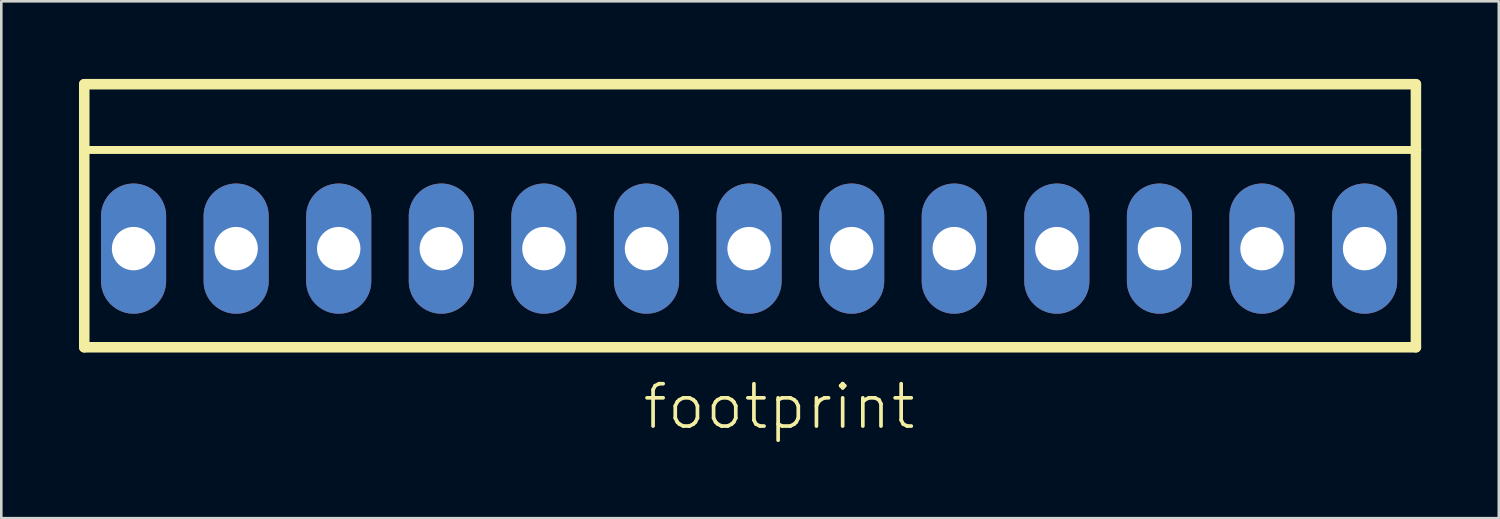
<source format=kicad_pcb>
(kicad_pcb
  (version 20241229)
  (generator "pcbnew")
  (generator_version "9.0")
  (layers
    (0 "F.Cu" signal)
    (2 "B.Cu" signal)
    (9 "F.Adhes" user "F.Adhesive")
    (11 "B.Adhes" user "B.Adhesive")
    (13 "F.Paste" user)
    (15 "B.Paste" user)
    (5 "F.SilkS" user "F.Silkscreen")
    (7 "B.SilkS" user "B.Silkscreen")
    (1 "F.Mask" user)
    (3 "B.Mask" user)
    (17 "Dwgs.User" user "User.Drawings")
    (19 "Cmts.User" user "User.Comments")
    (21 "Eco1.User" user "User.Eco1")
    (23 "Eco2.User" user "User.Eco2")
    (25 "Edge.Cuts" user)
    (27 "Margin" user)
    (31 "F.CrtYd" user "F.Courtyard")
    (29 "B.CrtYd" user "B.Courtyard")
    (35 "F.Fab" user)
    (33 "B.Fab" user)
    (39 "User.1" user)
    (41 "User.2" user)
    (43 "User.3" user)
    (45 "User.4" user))
  (footprint "footprint"
    (layer "F.Cu")
    (at 25.883 6.553)
    (property "Reference" "footprint" (at -4.191 7.061 0) (layer "F.SilkS") (effects (font (size 1.636 1.636) (thickness 0.142)) (justify left bottom)))
    (fp_line (start -25.679 -6.35) (end 25.756 -6.35) (stroke (width 0.406) (type solid)) (layer "F.SilkS"))
    (fp_line (start -25.679 -3.81) (end -25.679 -6.35) (stroke (width 0.406) (type solid)) (layer "F.SilkS"))
    (fp_line (start -25.679 -3.81) (end 25.756 -3.81) (stroke (width 0.305) (type solid)) (layer "F.SilkS"))
    (fp_line (start -25.679 3.81) (end -25.679 -3.81) (stroke (width 0.406) (type solid)) (layer "F.SilkS"))
    (fp_line (start -25.679 3.81) (end 25.756 3.81) (stroke (width 0.406) (type solid)) (layer "F.SilkS"))
    (fp_line (start 25.756 -6.35) (end 25.756 -3.81) (stroke (width 0.406) (type solid)) (layer "F.SilkS"))
    (fp_line (start 25.756 -3.81) (end 25.756 3.81) (stroke (width 0.406) (type solid)) (layer "F.SilkS"))
    (fp_poly (pts (xy -24.282 0.508) (xy -23.266 0.508) (xy -23.266 -0.508) (xy -24.282 -0.508)) (stroke (width 0) (type solid)) (fill yes) (layer "F.SilkS"))
    (fp_poly (pts (xy -20.32 0.508) (xy -19.304 0.508) (xy -19.304 -0.508) (xy -20.32 -0.508)) (stroke (width 0) (type solid)) (fill yes) (layer "F.SilkS"))
    (fp_poly (pts (xy -16.358 0.508) (xy -15.342 0.508) (xy -15.342 -0.508) (xy -16.358 -0.508)) (stroke (width 0) (type solid)) (fill yes) (layer "F.SilkS"))
    (fp_poly (pts (xy -12.395 0.508) (xy -11.379 0.508) (xy -11.379 -0.508) (xy -12.395 -0.508)) (stroke (width 0) (type solid)) (fill yes) (layer "F.SilkS"))
    (fp_poly (pts (xy -8.433 0.508) (xy -7.417 0.508) (xy -7.417 -0.508) (xy -8.433 -0.508)) (stroke (width 0) (type solid)) (fill yes) (layer "F.SilkS"))
    (fp_poly (pts (xy -4.47 0.508) (xy -3.454 0.508) (xy -3.454 -0.508) (xy -4.47 -0.508)) (stroke (width 0) (type solid)) (fill yes) (layer "F.SilkS"))
    (fp_poly (pts (xy -0.508 0.508) (xy 0.508 0.508) (xy 0.508 -0.508) (xy -0.508 -0.508)) (stroke (width 0) (type solid)) (fill yes) (layer "F.SilkS"))
    (fp_poly (pts (xy 3.454 0.508) (xy 4.47 0.508) (xy 4.47 -0.508) (xy 3.454 -0.508)) (stroke (width 0) (type solid)) (fill yes) (layer "F.SilkS"))
    (fp_poly (pts (xy 7.417 0.508) (xy 8.433 0.508) (xy 8.433 -0.508) (xy 7.417 -0.508)) (stroke (width 0) (type solid)) (fill yes) (layer "F.SilkS"))
    (fp_poly (pts (xy 11.379 0.508) (xy 12.395 0.508) (xy 12.395 -0.508) (xy 11.379 -0.508)) (stroke (width 0) (type solid)) (fill yes) (layer "F.SilkS"))
    (fp_poly (pts (xy 15.342 0.508) (xy 16.358 0.508) (xy 16.358 -0.508) (xy 15.342 -0.508)) (stroke (width 0) (type solid)) (fill yes) (layer "F.SilkS"))
    (fp_poly (pts (xy 19.304 0.508) (xy 20.32 0.508) (xy 20.32 -0.508) (xy 19.304 -0.508)) (stroke (width 0) (type solid)) (fill yes) (layer "F.SilkS"))
    (fp_poly (pts (xy 23.266 0.508) (xy 24.282 0.508) (xy 24.282 -0.508) (xy 23.266 -0.508)) (stroke (width 0) (type solid)) (fill yes) (layer "F.SilkS"))
    (pad "1" thru_hole oval (at 23.774 0 90) (size 5.029 2.515) (drill 1.676) (layers "*.Cu" "*.Mask"))
    (pad "2" thru_hole oval (at 19.812 0 90) (size 5.029 2.515) (drill 1.676) (layers "*.Cu" "*.Mask"))
    (pad "3" thru_hole oval (at 15.85 0 90) (size 5.029 2.515) (drill 1.676) (layers "*.Cu" "*.Mask"))
    (pad "4" thru_hole oval (at 11.887 0 90) (size 5.029 2.515) (drill 1.676) (layers "*.Cu" "*.Mask"))
    (pad "5" thru_hole oval (at 7.925 0 90) (size 5.029 2.515) (drill 1.676) (layers "*.Cu" "*.Mask"))
    (pad "6" thru_hole oval (at 3.962 0 90) (size 5.029 2.515) (drill 1.676) (layers "*.Cu" "*.Mask"))
    (pad "7" thru_hole oval (at 0 0 90) (size 5.029 2.515) (drill 1.676) (layers "*.Cu" "*.Mask"))
    (pad "8" thru_hole oval (at -3.962 0 90) (size 5.029 2.515) (drill 1.676) (layers "*.Cu" "*.Mask"))
    (pad "9" thru_hole oval (at -7.925 0 90) (size 5.029 2.515) (drill 1.676) (layers "*.Cu" "*.Mask"))
    (pad "10" thru_hole oval (at -11.887 0 90) (size 5.029 2.515) (drill 1.676) (layers "*.Cu" "*.Mask"))
    (pad "11" thru_hole oval (at -15.85 0 90) (size 5.029 2.515) (drill 1.676) (layers "*.Cu" "*.Mask"))
    (pad "12" thru_hole oval (at -19.812 0 90) (size 5.029 2.515) (drill 1.676) (layers "*.Cu" "*.Mask"))
    (pad "13" thru_hole oval (at -23.774 0 90) (size 5.029 2.515) (drill 1.676) (layers "*.Cu" "*.Mask")))
  (gr_rect
    (start -3 -3)
    (end 54.841 16.965)
    (stroke (width 0.1) (type default))
    (fill no)
    (layer "Edge.Cuts")))
</source>
